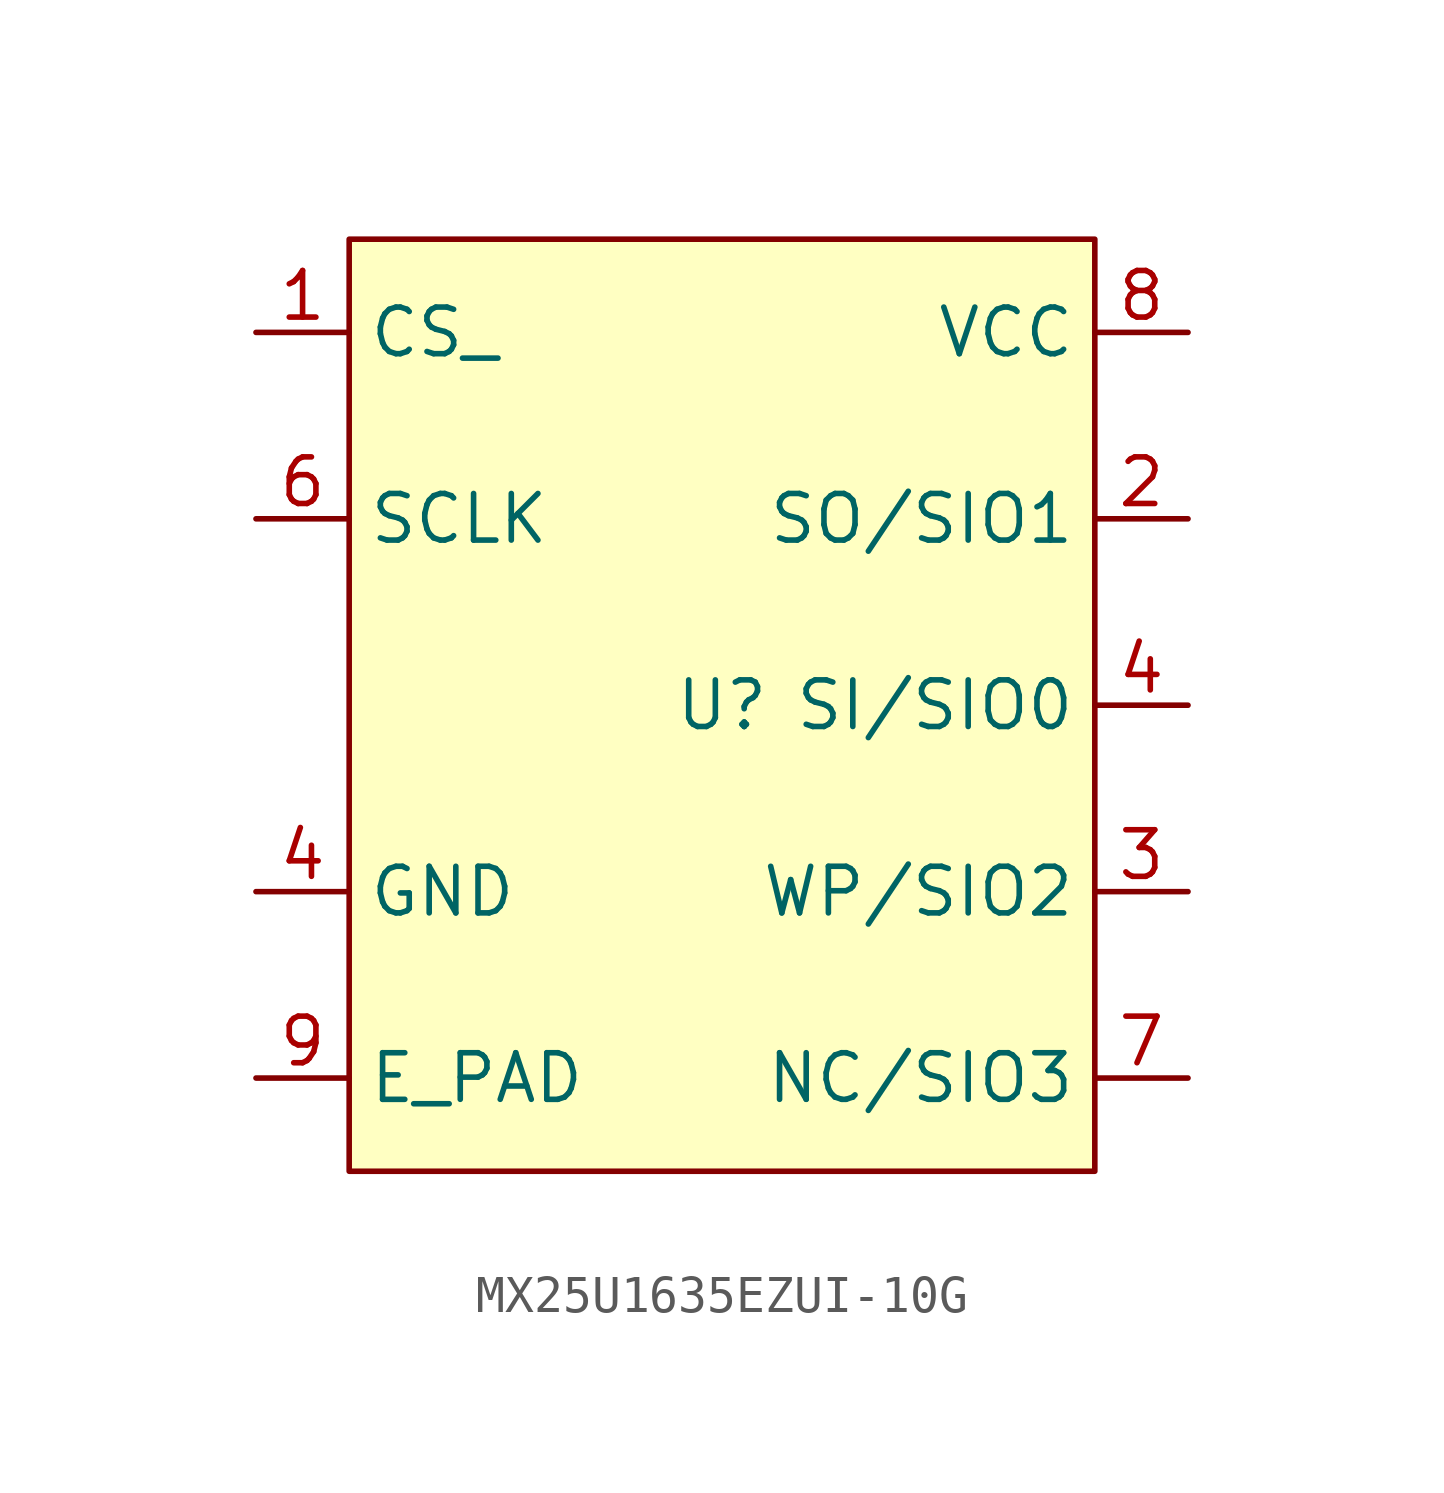
<source format=kicad_sym>
(kicad_symbol_lib
  (version 20220914)
  (generator kicad_symbol_editor)
  (symbol "MX25U1635EZUI-10G"
    (property "Reference" "U"
      (at 0 0 0)
      (effects (font (size 1.27 1.27))))
    (property "Value" ""
      (at 0 0 0)
      (effects (font (size 1.27 1.27))))
    (symbol "MX25U1635EZUI-10G_1_1"
      (rectangle (start -10.16 12.7) (end 10.16 -12.7) (stroke (width 0) (type default)) (fill (type background)))
      (pin passive line (at -12.7 10.16 0) (length 2.54) (name "CS_" (effects (font (size 1.27 1.27)))) (number "1" (effects (font (size 1.27 1.27)))))
      (pin passive line (at 12.7 5.08 180) (length 2.54) (name "SO/SIO1" (effects (font (size 1.27 1.27)))) (number "2" (effects (font (size 1.27 1.27)))))
      (pin passive line (at 12.7 -5.08 180) (length 2.54) (name "WP/SIO2" (effects (font (size 1.27 1.27)))) (number "3" (effects (font (size 1.27 1.27)))))
      (pin passive line (at -12.7 -5.08 0) (length 2.54) (name "GND" (effects (font (size 1.27 1.27)))) (number "4" (effects (font (size 1.27 1.27)))))
      (pin passive line (at 12.7 0 180) (length 2.54) (name "SI/SIO0" (effects (font (size 1.27 1.27)))) (number "4" (effects (font (size 1.27 1.27)))))
      (pin passive line (at -12.7 5.08 0) (length 2.54) (name "SCLK" (effects (font (size 1.27 1.27)))) (number "6" (effects (font (size 1.27 1.27)))))
      (pin passive line (at 12.7 -10.16 180) (length 2.54) (name "NC/SIO3" (effects (font (size 1.27 1.27)))) (number "7" (effects (font (size 1.27 1.27)))))
      (pin passive line (at 12.7 10.16 180) (length 2.54) (name "VCC" (effects (font (size 1.27 1.27)))) (number "8" (effects (font (size 1.27 1.27)))))
      (pin passive line (at -12.7 -10.16 0) (length 2.54) (name "E_PAD" (effects (font (size 1.27 1.27)))) (number "9" (effects (font (size 1.27 1.27))))))))
</source>
